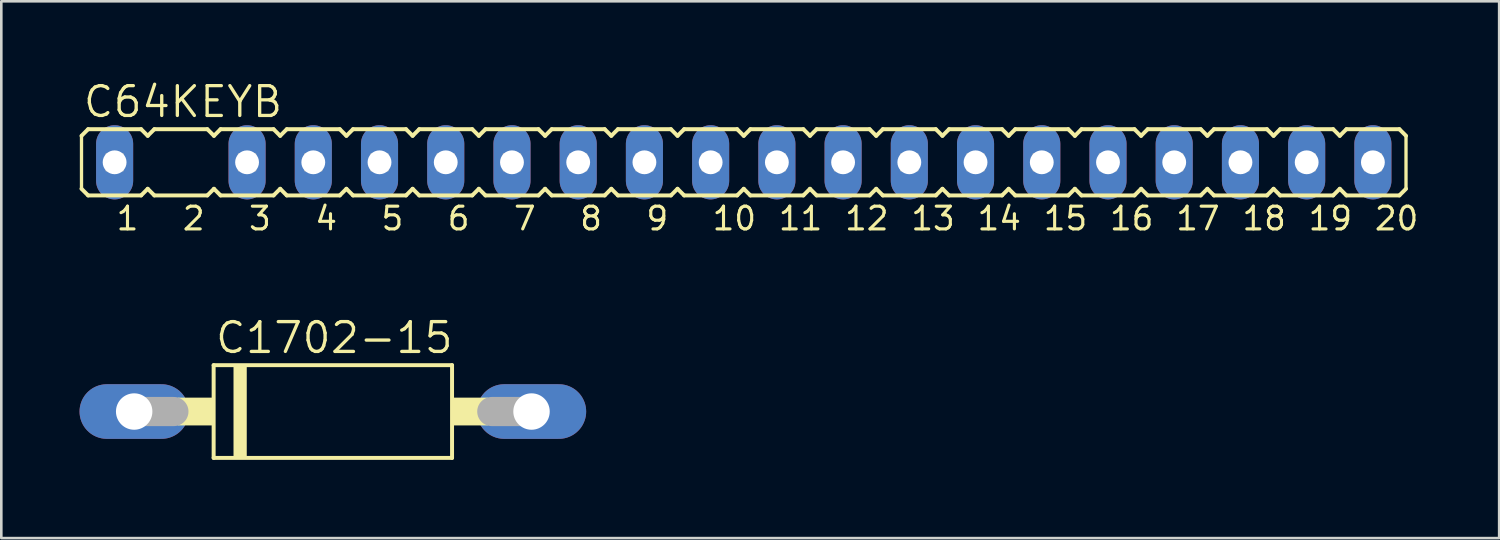
<source format=kicad_pcb>
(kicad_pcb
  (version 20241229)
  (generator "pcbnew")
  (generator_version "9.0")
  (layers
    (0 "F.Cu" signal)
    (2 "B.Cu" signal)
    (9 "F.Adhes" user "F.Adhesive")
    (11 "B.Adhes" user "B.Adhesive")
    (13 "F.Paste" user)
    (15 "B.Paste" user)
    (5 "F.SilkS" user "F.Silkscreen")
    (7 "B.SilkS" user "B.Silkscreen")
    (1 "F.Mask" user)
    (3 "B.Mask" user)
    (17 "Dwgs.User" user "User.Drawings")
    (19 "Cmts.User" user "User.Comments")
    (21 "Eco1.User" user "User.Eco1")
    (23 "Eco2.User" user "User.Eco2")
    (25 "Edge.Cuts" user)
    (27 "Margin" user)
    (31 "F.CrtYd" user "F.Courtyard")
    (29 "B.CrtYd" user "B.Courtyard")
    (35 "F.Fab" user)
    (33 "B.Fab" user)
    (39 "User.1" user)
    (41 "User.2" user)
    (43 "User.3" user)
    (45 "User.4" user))
  (footprint "C1702-15"
    (layer "F.Cu")
    (at 9.716 12.734)
    (property "Reference" "C1702-15" (at -4.572 -2.159 0) (layer "F.SilkS") (effects (font (size 1.143 1.143) (thickness 0.127)) (justify left bottom)))
    (fp_line (start -4.572 1.778) (end -4.572 -1.778) (stroke (width 0.152) (type solid)) (layer "F.SilkS"))
    (fp_line (start -4.572 1.778) (end 4.572 1.778) (stroke (width 0.152) (type solid)) (layer "F.SilkS"))
    (fp_line (start 4.572 -1.778) (end -4.572 -1.778) (stroke (width 0.152) (type solid)) (layer "F.SilkS"))
    (fp_line (start 4.572 -1.778) (end 4.572 1.778) (stroke (width 0.152) (type solid)) (layer "F.SilkS"))
    (fp_poly (pts (xy -5.944 0.533) (xy -4.572 0.533) (xy -4.572 -0.533) (xy -5.944 -0.533)) (stroke (width 0) (type default)) (fill yes) (layer "F.SilkS"))
    (fp_poly (pts (xy -3.81 1.778) (xy -3.302 1.778) (xy -3.302 -1.778) (xy -3.81 -1.778)) (stroke (width 0) (type default)) (fill yes) (layer "F.SilkS"))
    (fp_poly (pts (xy 4.572 0.533) (xy 5.944 0.533) (xy 5.944 -0.533) (xy 4.572 -0.533)) (stroke (width 0) (type default)) (fill yes) (layer "F.SilkS"))
    (fp_line (start -7.62 0) (end -6.096 0) (stroke (width 1.118) (type solid)) (layer "F.Fab"))
    (fp_line (start 7.62 0) (end 6.096 0) (stroke (width 1.118) (type solid)) (layer "F.Fab"))
    (pad "A" thru_hole oval (at 7.62 0) (size 4.191 2.095) (drill 1.397) (layers "*.Cu" "*.Mask"))
    (pad "C" thru_hole oval (at -7.62 0) (size 4.191 2.095) (drill 1.397) (layers "*.Cu" "*.Mask")))
  (footprint "C64KEYB"
    (layer "F.Cu")
    (at 1.346 3.175)
    (property "Reference" "C64KEYB" (at -1.27 -1.651 0) (layer "F.SilkS") (effects (font (size 1.143 1.143) (thickness 0.127)) (justify left bottom)))
    (fp_line (start -1.27 -1.016) (end -1.27 1.016) (stroke (width 0.127) (type solid)) (layer "F.SilkS"))
    (fp_line (start -1.27 -1.016) (end -1.016 -1.27) (stroke (width 0.152) (type solid)) (layer "F.SilkS"))
    (fp_line (start -1.27 1.016) (end -1.016 1.27) (stroke (width 0.152) (type solid)) (layer "F.SilkS"))
    (fp_line (start 1.016 -1.27) (end -1.016 -1.27) (stroke (width 0.152) (type solid)) (layer "F.SilkS"))
    (fp_line (start 1.016 -1.27) (end 1.27 -1.016) (stroke (width 0.152) (type solid)) (layer "F.SilkS"))
    (fp_line (start 1.016 1.27) (end -1.016 1.27) (stroke (width 0.152) (type solid)) (layer "F.SilkS"))
    (fp_line (start 1.016 1.27) (end 1.27 1.016) (stroke (width 0.152) (type solid)) (layer "F.SilkS"))
    (fp_line (start 1.27 -1.016) (end 1.524 -1.27) (stroke (width 0.152) (type solid)) (layer "F.SilkS"))
    (fp_line (start 1.27 1.016) (end 1.524 1.27) (stroke (width 0.152) (type solid)) (layer "F.SilkS"))
    (fp_line (start 3.556 -1.27) (end 1.524 -1.27) (stroke (width 0.152) (type solid)) (layer "F.SilkS"))
    (fp_line (start 3.556 -1.27) (end 3.81 -1.016) (stroke (width 0.152) (type solid)) (layer "F.SilkS"))
    (fp_line (start 3.556 1.27) (end 1.524 1.27) (stroke (width 0.152) (type solid)) (layer "F.SilkS"))
    (fp_line (start 3.556 1.27) (end 3.81 1.016) (stroke (width 0.152) (type solid)) (layer "F.SilkS"))
    (fp_line (start 3.81 -1.016) (end 4.064 -1.27) (stroke (width 0.152) (type solid)) (layer "F.SilkS"))
    (fp_line (start 3.81 1.016) (end 4.064 1.27) (stroke (width 0.152) (type solid)) (layer "F.SilkS"))
    (fp_line (start 6.096 -1.27) (end 4.064 -1.27) (stroke (width 0.152) (type solid)) (layer "F.SilkS"))
    (fp_line (start 6.096 -1.27) (end 6.35 -1.016) (stroke (width 0.152) (type solid)) (layer "F.SilkS"))
    (fp_line (start 6.096 1.27) (end 4.064 1.27) (stroke (width 0.152) (type solid)) (layer "F.SilkS"))
    (fp_line (start 6.096 1.27) (end 6.35 1.016) (stroke (width 0.152) (type solid)) (layer "F.SilkS"))
    (fp_line (start 6.35 -1.016) (end 6.604 -1.27) (stroke (width 0.152) (type solid)) (layer "F.SilkS"))
    (fp_line (start 6.35 1.016) (end 6.604 1.27) (stroke (width 0.152) (type solid)) (layer "F.SilkS"))
    (fp_line (start 8.636 -1.27) (end 6.604 -1.27) (stroke (width 0.152) (type solid)) (layer "F.SilkS"))
    (fp_line (start 8.636 -1.27) (end 8.89 -1.016) (stroke (width 0.152) (type solid)) (layer "F.SilkS"))
    (fp_line (start 8.636 1.27) (end 6.604 1.27) (stroke (width 0.152) (type solid)) (layer "F.SilkS"))
    (fp_line (start 8.636 1.27) (end 8.89 1.016) (stroke (width 0.152) (type solid)) (layer "F.SilkS"))
    (fp_line (start 8.89 -1.016) (end 9.144 -1.27) (stroke (width 0.152) (type solid)) (layer "F.SilkS"))
    (fp_line (start 8.89 1.016) (end 9.144 1.27) (stroke (width 0.152) (type solid)) (layer "F.SilkS"))
    (fp_line (start 11.176 -1.27) (end 9.144 -1.27) (stroke (width 0.152) (type solid)) (layer "F.SilkS"))
    (fp_line (start 11.176 -1.27) (end 11.43 -1.016) (stroke (width 0.152) (type solid)) (layer "F.SilkS"))
    (fp_line (start 11.176 1.27) (end 9.144 1.27) (stroke (width 0.152) (type solid)) (layer "F.SilkS"))
    (fp_line (start 11.176 1.27) (end 11.43 1.016) (stroke (width 0.152) (type solid)) (layer "F.SilkS"))
    (fp_line (start 11.43 -1.016) (end 11.684 -1.27) (stroke (width 0.152) (type solid)) (layer "F.SilkS"))
    (fp_line (start 11.43 1.016) (end 11.684 1.27) (stroke (width 0.152) (type solid)) (layer "F.SilkS"))
    (fp_line (start 13.716 -1.27) (end 11.684 -1.27) (stroke (width 0.152) (type solid)) (layer "F.SilkS"))
    (fp_line (start 13.716 -1.27) (end 13.97 -1.016) (stroke (width 0.152) (type solid)) (layer "F.SilkS"))
    (fp_line (start 13.716 1.27) (end 11.684 1.27) (stroke (width 0.152) (type solid)) (layer "F.SilkS"))
    (fp_line (start 13.716 1.27) (end 13.97 1.016) (stroke (width 0.152) (type solid)) (layer "F.SilkS"))
    (fp_line (start 13.97 -1.016) (end 14.224 -1.27) (stroke (width 0.152) (type solid)) (layer "F.SilkS"))
    (fp_line (start 13.97 1.016) (end 14.224 1.27) (stroke (width 0.152) (type solid)) (layer "F.SilkS"))
    (fp_line (start 16.256 -1.27) (end 14.224 -1.27) (stroke (width 0.152) (type solid)) (layer "F.SilkS"))
    (fp_line (start 16.256 -1.27) (end 16.51 -1.016) (stroke (width 0.152) (type solid)) (layer "F.SilkS"))
    (fp_line (start 16.256 1.27) (end 14.224 1.27) (stroke (width 0.152) (type solid)) (layer "F.SilkS"))
    (fp_line (start 16.256 1.27) (end 16.51 1.016) (stroke (width 0.152) (type solid)) (layer "F.SilkS"))
    (fp_line (start 16.51 -1.016) (end 16.764 -1.27) (stroke (width 0.152) (type solid)) (layer "F.SilkS"))
    (fp_line (start 16.51 1.016) (end 16.764 1.27) (stroke (width 0.152) (type solid)) (layer "F.SilkS"))
    (fp_line (start 18.796 -1.27) (end 16.764 -1.27) (stroke (width 0.152) (type solid)) (layer "F.SilkS"))
    (fp_line (start 18.796 -1.27) (end 19.05 -1.016) (stroke (width 0.152) (type solid)) (layer "F.SilkS"))
    (fp_line (start 18.796 1.27) (end 16.764 1.27) (stroke (width 0.152) (type solid)) (layer "F.SilkS"))
    (fp_line (start 18.796 1.27) (end 19.05 1.016) (stroke (width 0.152) (type solid)) (layer "F.SilkS"))
    (fp_line (start 19.05 -1.016) (end 19.304 -1.27) (stroke (width 0.152) (type solid)) (layer "F.SilkS"))
    (fp_line (start 19.05 1.016) (end 19.304 1.27) (stroke (width 0.152) (type solid)) (layer "F.SilkS"))
    (fp_line (start 21.336 -1.27) (end 19.304 -1.27) (stroke (width 0.152) (type solid)) (layer "F.SilkS"))
    (fp_line (start 21.336 -1.27) (end 21.59 -1.016) (stroke (width 0.152) (type solid)) (layer "F.SilkS"))
    (fp_line (start 21.336 1.27) (end 19.304 1.27) (stroke (width 0.152) (type solid)) (layer "F.SilkS"))
    (fp_line (start 21.336 1.27) (end 21.59 1.016) (stroke (width 0.152) (type solid)) (layer "F.SilkS"))
    (fp_line (start 21.59 -1.016) (end 21.844 -1.27) (stroke (width 0.152) (type solid)) (layer "F.SilkS"))
    (fp_line (start 21.59 1.016) (end 21.844 1.27) (stroke (width 0.152) (type solid)) (layer "F.SilkS"))
    (fp_line (start 23.876 -1.27) (end 21.844 -1.27) (stroke (width 0.152) (type solid)) (layer "F.SilkS"))
    (fp_line (start 23.876 -1.27) (end 24.13 -1.016) (stroke (width 0.152) (type solid)) (layer "F.SilkS"))
    (fp_line (start 23.876 1.27) (end 21.844 1.27) (stroke (width 0.152) (type solid)) (layer "F.SilkS"))
    (fp_line (start 23.876 1.27) (end 24.13 1.016) (stroke (width 0.152) (type solid)) (layer "F.SilkS"))
    (fp_line (start 24.13 -1.016) (end 24.384 -1.27) (stroke (width 0.152) (type solid)) (layer "F.SilkS"))
    (fp_line (start 24.13 1.016) (end 24.384 1.27) (stroke (width 0.152) (type solid)) (layer "F.SilkS"))
    (fp_line (start 26.416 -1.27) (end 24.384 -1.27) (stroke (width 0.152) (type solid)) (layer "F.SilkS"))
    (fp_line (start 26.416 -1.27) (end 26.67 -1.016) (stroke (width 0.152) (type solid)) (layer "F.SilkS"))
    (fp_line (start 26.416 1.27) (end 24.384 1.27) (stroke (width 0.152) (type solid)) (layer "F.SilkS"))
    (fp_line (start 26.416 1.27) (end 26.67 1.016) (stroke (width 0.152) (type solid)) (layer "F.SilkS"))
    (fp_line (start 26.67 -1.016) (end 26.924 -1.27) (stroke (width 0.152) (type solid)) (layer "F.SilkS"))
    (fp_line (start 26.67 1.016) (end 26.924 1.27) (stroke (width 0.152) (type solid)) (layer "F.SilkS"))
    (fp_line (start 28.956 -1.27) (end 26.924 -1.27) (stroke (width 0.152) (type solid)) (layer "F.SilkS"))
    (fp_line (start 28.956 -1.27) (end 29.21 -1.016) (stroke (width 0.152) (type solid)) (layer "F.SilkS"))
    (fp_line (start 28.956 1.27) (end 26.924 1.27) (stroke (width 0.152) (type solid)) (layer "F.SilkS"))
    (fp_line (start 28.956 1.27) (end 29.21 1.016) (stroke (width 0.152) (type solid)) (layer "F.SilkS"))
    (fp_line (start 29.21 -1.016) (end 29.464 -1.27) (stroke (width 0.152) (type solid)) (layer "F.SilkS"))
    (fp_line (start 29.21 1.016) (end 29.464 1.27) (stroke (width 0.152) (type solid)) (layer "F.SilkS"))
    (fp_line (start 31.496 -1.27) (end 29.464 -1.27) (stroke (width 0.152) (type solid)) (layer "F.SilkS"))
    (fp_line (start 31.496 -1.27) (end 31.75 -1.016) (stroke (width 0.152) (type solid)) (layer "F.SilkS"))
    (fp_line (start 31.496 1.27) (end 29.464 1.27) (stroke (width 0.152) (type solid)) (layer "F.SilkS"))
    (fp_line (start 31.496 1.27) (end 31.75 1.016) (stroke (width 0.152) (type solid)) (layer "F.SilkS"))
    (fp_line (start 31.75 -1.016) (end 32.004 -1.27) (stroke (width 0.152) (type solid)) (layer "F.SilkS"))
    (fp_line (start 31.75 1.016) (end 32.004 1.27) (stroke (width 0.152) (type solid)) (layer "F.SilkS"))
    (fp_line (start 34.036 -1.27) (end 32.004 -1.27) (stroke (width 0.152) (type solid)) (layer "F.SilkS"))
    (fp_line (start 34.036 -1.27) (end 34.29 -1.016) (stroke (width 0.152) (type solid)) (layer "F.SilkS"))
    (fp_line (start 34.036 1.27) (end 32.004 1.27) (stroke (width 0.152) (type solid)) (layer "F.SilkS"))
    (fp_line (start 34.036 1.27) (end 34.29 1.016) (stroke (width 0.152) (type solid)) (layer "F.SilkS"))
    (fp_line (start 34.29 -1.016) (end 34.544 -1.27) (stroke (width 0.152) (type solid)) (layer "F.SilkS"))
    (fp_line (start 34.29 1.016) (end 34.544 1.27) (stroke (width 0.152) (type solid)) (layer "F.SilkS"))
    (fp_line (start 36.576 -1.27) (end 34.544 -1.27) (stroke (width 0.152) (type solid)) (layer "F.SilkS"))
    (fp_line (start 36.576 -1.27) (end 36.83 -1.016) (stroke (width 0.152) (type solid)) (layer "F.SilkS"))
    (fp_line (start 36.576 1.27) (end 34.544 1.27) (stroke (width 0.152) (type solid)) (layer "F.SilkS"))
    (fp_line (start 36.576 1.27) (end 36.83 1.016) (stroke (width 0.152) (type solid)) (layer "F.SilkS"))
    (fp_line (start 36.83 -1.016) (end 37.084 -1.27) (stroke (width 0.152) (type solid)) (layer "F.SilkS"))
    (fp_line (start 36.83 1.016) (end 37.084 1.27) (stroke (width 0.152) (type solid)) (layer "F.SilkS"))
    (fp_line (start 39.116 -1.27) (end 37.084 -1.27) (stroke (width 0.152) (type solid)) (layer "F.SilkS"))
    (fp_line (start 39.116 -1.27) (end 39.37 -1.016) (stroke (width 0.152) (type solid)) (layer "F.SilkS"))
    (fp_line (start 39.116 1.27) (end 37.084 1.27) (stroke (width 0.152) (type solid)) (layer "F.SilkS"))
    (fp_line (start 39.116 1.27) (end 39.37 1.016) (stroke (width 0.152) (type solid)) (layer "F.SilkS"))
    (fp_line (start 39.37 -1.016) (end 39.624 -1.27) (stroke (width 0.152) (type solid)) (layer "F.SilkS"))
    (fp_line (start 39.37 1.016) (end 39.624 1.27) (stroke (width 0.152) (type solid)) (layer "F.SilkS"))
    (fp_line (start 41.656 -1.27) (end 39.624 -1.27) (stroke (width 0.152) (type solid)) (layer "F.SilkS"))
    (fp_line (start 41.656 -1.27) (end 41.91 -1.016) (stroke (width 0.152) (type solid)) (layer "F.SilkS"))
    (fp_line (start 41.656 1.27) (end 39.624 1.27) (stroke (width 0.152) (type solid)) (layer "F.SilkS"))
    (fp_line (start 41.656 1.27) (end 41.91 1.016) (stroke (width 0.152) (type solid)) (layer "F.SilkS"))
    (fp_line (start 41.91 -1.016) (end 42.164 -1.27) (stroke (width 0.152) (type solid)) (layer "F.SilkS"))
    (fp_line (start 41.91 1.016) (end 42.164 1.27) (stroke (width 0.152) (type solid)) (layer "F.SilkS"))
    (fp_line (start 44.196 -1.27) (end 42.164 -1.27) (stroke (width 0.152) (type solid)) (layer "F.SilkS"))
    (fp_line (start 44.196 -1.27) (end 44.45 -1.016) (stroke (width 0.152) (type solid)) (layer "F.SilkS"))
    (fp_line (start 44.196 1.27) (end 42.164 1.27) (stroke (width 0.152) (type solid)) (layer "F.SilkS"))
    (fp_line (start 44.196 1.27) (end 44.45 1.016) (stroke (width 0.152) (type solid)) (layer "F.SilkS"))
    (fp_line (start 44.45 -1.016) (end 44.704 -1.27) (stroke (width 0.152) (type solid)) (layer "F.SilkS"))
    (fp_line (start 44.45 1.016) (end 44.704 1.27) (stroke (width 0.152) (type solid)) (layer "F.SilkS"))
    (fp_line (start 46.736 -1.27) (end 44.704 -1.27) (stroke (width 0.152) (type solid)) (layer "F.SilkS"))
    (fp_line (start 46.736 -1.27) (end 46.99 -1.016) (stroke (width 0.152) (type solid)) (layer "F.SilkS"))
    (fp_line (start 46.736 1.27) (end 44.704 1.27) (stroke (width 0.152) (type solid)) (layer "F.SilkS"))
    (fp_line (start 46.736 1.27) (end 46.99 1.016) (stroke (width 0.152) (type solid)) (layer "F.SilkS"))
    (fp_line (start 46.99 -1.016) (end 47.244 -1.27) (stroke (width 0.152) (type solid)) (layer "F.SilkS"))
    (fp_line (start 46.99 1.016) (end 47.244 1.27) (stroke (width 0.152) (type solid)) (layer "F.SilkS"))
    (fp_line (start 49.276 -1.27) (end 47.244 -1.27) (stroke (width 0.152) (type solid)) (layer "F.SilkS"))
    (fp_line (start 49.276 -1.27) (end 49.53 -1.016) (stroke (width 0.152) (type solid)) (layer "F.SilkS"))
    (fp_line (start 49.276 1.27) (end 47.244 1.27) (stroke (width 0.152) (type solid)) (layer "F.SilkS"))
    (fp_line (start 49.276 1.27) (end 49.53 1.016) (stroke (width 0.152) (type solid)) (layer "F.SilkS"))
    (fp_line (start 49.53 -1.016) (end 49.53 1.016) (stroke (width 0.127) (type solid)) (layer "F.SilkS"))
    (fp_poly (pts (xy -0.305 0.305) (xy 0.305 0.305) (xy 0.305 -0.305) (xy -0.305 -0.305)) (stroke (width 0.1) (type default)) (fill no) (layer "F.Fab"))
    (fp_poly (pts (xy 4.775 0.305) (xy 5.385 0.305) (xy 5.385 -0.305) (xy 4.775 -0.305)) (stroke (width 0.1) (type default)) (fill no) (layer "F.Fab"))
    (fp_poly (pts (xy 7.315 0.305) (xy 7.925 0.305) (xy 7.925 -0.305) (xy 7.315 -0.305)) (stroke (width 0.1) (type default)) (fill no) (layer "F.Fab"))
    (fp_poly (pts (xy 9.855 0.305) (xy 10.465 0.305) (xy 10.465 -0.305) (xy 9.855 -0.305)) (stroke (width 0.1) (type default)) (fill no) (layer "F.Fab"))
    (fp_poly (pts (xy 12.395 0.305) (xy 13.005 0.305) (xy 13.005 -0.305) (xy 12.395 -0.305)) (stroke (width 0.1) (type default)) (fill no) (layer "F.Fab"))
    (fp_poly (pts (xy 14.935 0.305) (xy 15.545 0.305) (xy 15.545 -0.305) (xy 14.935 -0.305)) (stroke (width 0.1) (type default)) (fill no) (layer "F.Fab"))
    (fp_poly (pts (xy 17.475 0.305) (xy 18.085 0.305) (xy 18.085 -0.305) (xy 17.475 -0.305)) (stroke (width 0.1) (type default)) (fill no) (layer "F.Fab"))
    (fp_poly (pts (xy 20.015 0.305) (xy 20.625 0.305) (xy 20.625 -0.305) (xy 20.015 -0.305)) (stroke (width 0.1) (type default)) (fill no) (layer "F.Fab"))
    (fp_poly (pts (xy 22.555 0.305) (xy 23.165 0.305) (xy 23.165 -0.305) (xy 22.555 -0.305)) (stroke (width 0.1) (type default)) (fill no) (layer "F.Fab"))
    (fp_poly (pts (xy 25.095 0.305) (xy 25.705 0.305) (xy 25.705 -0.305) (xy 25.095 -0.305)) (stroke (width 0.1) (type default)) (fill no) (layer "F.Fab"))
    (fp_poly (pts (xy 27.635 0.305) (xy 28.245 0.305) (xy 28.245 -0.305) (xy 27.635 -0.305)) (stroke (width 0.1) (type default)) (fill no) (layer "F.Fab"))
    (fp_poly (pts (xy 30.175 0.305) (xy 30.785 0.305) (xy 30.785 -0.305) (xy 30.175 -0.305)) (stroke (width 0.1) (type default)) (fill no) (layer "F.Fab"))
    (fp_poly (pts (xy 32.715 0.305) (xy 33.325 0.305) (xy 33.325 -0.305) (xy 32.715 -0.305)) (stroke (width 0.1) (type default)) (fill no) (layer "F.Fab"))
    (fp_poly (pts (xy 35.255 0.305) (xy 35.865 0.305) (xy 35.865 -0.305) (xy 35.255 -0.305)) (stroke (width 0.1) (type default)) (fill no) (layer "F.Fab"))
    (fp_poly (pts (xy 37.795 0.305) (xy 38.405 0.305) (xy 38.405 -0.305) (xy 37.795 -0.305)) (stroke (width 0.1) (type default)) (fill no) (layer "F.Fab"))
    (fp_poly (pts (xy 40.335 0.305) (xy 40.945 0.305) (xy 40.945 -0.305) (xy 40.335 -0.305)) (stroke (width 0.1) (type default)) (fill no) (layer "F.Fab"))
    (fp_poly (pts (xy 42.875 0.305) (xy 43.485 0.305) (xy 43.485 -0.305) (xy 42.875 -0.305)) (stroke (width 0.1) (type default)) (fill no) (layer "F.Fab"))
    (fp_poly (pts (xy 45.415 0.305) (xy 46.025 0.305) (xy 46.025 -0.305) (xy 45.415 -0.305)) (stroke (width 0.1) (type default)) (fill no) (layer "F.Fab"))
    (fp_poly (pts (xy 47.955 0.305) (xy 48.565 0.305) (xy 48.565 -0.305) (xy 47.955 -0.305)) (stroke (width 0.1) (type default)) (fill no) (layer "F.Fab"))
    (fp_text user "5" (at 10.16 2.667 0) (layer "F.SilkS") (effects (font (size 0.872 0.872) (thickness 0.119)) (justify left bottom)))
    (fp_text user "15" (at 35.56 2.667 0) (layer "F.SilkS") (effects (font (size 0.872 0.872) (thickness 0.119)) (justify left bottom)))
    (fp_text user "8" (at 17.78 2.667 0) (layer "F.SilkS") (effects (font (size 0.872 0.872) (thickness 0.119)) (justify left bottom)))
    (fp_text user "11" (at 25.4 2.667 0) (layer "F.SilkS") (effects (font (size 0.872 0.872) (thickness 0.119)) (justify left bottom)))
    (fp_text user "6" (at 12.7 2.667 0) (layer "F.SilkS") (effects (font (size 0.872 0.872) (thickness 0.119)) (justify left bottom)))
    (fp_text user "13" (at 30.48 2.667 0) (layer "F.SilkS") (effects (font (size 0.872 0.872) (thickness 0.119)) (justify left bottom)))
    (fp_text user "4" (at 7.62 2.667 0) (layer "F.SilkS") (effects (font (size 0.872 0.872) (thickness 0.119)) (justify left bottom)))
    (fp_text user "3" (at 5.08 2.667 0) (layer "F.SilkS") (effects (font (size 0.872 0.872) (thickness 0.119)) (justify left bottom)))
    (fp_text user "1" (at 0 2.667 0) (layer "F.SilkS") (effects (font (size 0.872 0.872) (thickness 0.119)) (justify left bottom)))
    (fp_text user "7" (at 15.24 2.667 0) (layer "F.SilkS") (effects (font (size 0.872 0.872) (thickness 0.119)) (justify left bottom)))
    (fp_text user "10" (at 22.86 2.667 0) (layer "F.SilkS") (effects (font (size 0.872 0.872) (thickness 0.119)) (justify left bottom)))
    (fp_text user "19" (at 45.72 2.667 0) (layer "F.SilkS") (effects (font (size 0.872 0.872) (thickness 0.119)) (justify left bottom)))
    (fp_text user "9" (at 20.32 2.667 0) (layer "F.SilkS") (effects (font (size 0.872 0.872) (thickness 0.119)) (justify left bottom)))
    (fp_text user "20" (at 48.26 2.667 0) (layer "F.SilkS") (effects (font (size 0.872 0.872) (thickness 0.119)) (justify left bottom)))
    (fp_text user "17" (at 40.64 2.667 0) (layer "F.SilkS") (effects (font (size 0.872 0.872) (thickness 0.119)) (justify left bottom)))
    (fp_text user "16" (at 38.1 2.667 0) (layer "F.SilkS") (effects (font (size 0.872 0.872) (thickness 0.119)) (justify left bottom)))
    (fp_text user "14" (at 33.02 2.667 0) (layer "F.SilkS") (effects (font (size 0.872 0.872) (thickness 0.119)) (justify left bottom)))
    (fp_text user "2" (at 2.54 2.667 0) (layer "F.SilkS") (effects (font (size 0.872 0.872) (thickness 0.119)) (justify left bottom)))
    (fp_text user "12" (at 27.94 2.667 0) (layer "F.SilkS") (effects (font (size 0.872 0.872) (thickness 0.119)) (justify left bottom)))
    (fp_text user "18" (at 43.18 2.667 0) (layer "F.SilkS") (effects (font (size 0.872 0.872) (thickness 0.119)) (justify left bottom)))
    (pad "1" thru_hole oval (at 0 0 90) (size 2.845 1.422) (drill 0.914) (layers "*.Cu" "*.Mask"))
    (pad "3" thru_hole oval (at 5.08 0 90) (size 2.845 1.422) (drill 0.914) (layers "*.Cu" "*.Mask"))
    (pad "4" thru_hole oval (at 7.62 0 90) (size 2.845 1.422) (drill 0.914) (layers "*.Cu" "*.Mask"))
    (pad "5" thru_hole oval (at 10.16 0 90) (size 2.845 1.422) (drill 0.914) (layers "*.Cu" "*.Mask"))
    (pad "6" thru_hole oval (at 12.7 0 90) (size 2.845 1.422) (drill 0.914) (layers "*.Cu" "*.Mask"))
    (pad "7" thru_hole oval (at 15.24 0 90) (size 2.845 1.422) (drill 0.914) (layers "*.Cu" "*.Mask"))
    (pad "8" thru_hole oval (at 17.78 0 90) (size 2.845 1.422) (drill 0.914) (layers "*.Cu" "*.Mask"))
    (pad "9" thru_hole oval (at 20.32 0 90) (size 2.845 1.422) (drill 0.914) (layers "*.Cu" "*.Mask"))
    (pad "10" thru_hole oval (at 22.86 0 90) (size 2.845 1.422) (drill 0.914) (layers "*.Cu" "*.Mask"))
    (pad "11" thru_hole oval (at 25.4 0 90) (size 2.845 1.422) (drill 0.914) (layers "*.Cu" "*.Mask"))
    (pad "12" thru_hole oval (at 27.94 0 90) (size 2.845 1.422) (drill 0.914) (layers "*.Cu" "*.Mask"))
    (pad "13" thru_hole oval (at 30.48 0 90) (size 2.845 1.422) (drill 0.914) (layers "*.Cu" "*.Mask"))
    (pad "14" thru_hole oval (at 33.02 0 90) (size 2.845 1.422) (drill 0.914) (layers "*.Cu" "*.Mask"))
    (pad "15" thru_hole oval (at 35.56 0 90) (size 2.845 1.422) (drill 0.914) (layers "*.Cu" "*.Mask"))
    (pad "16" thru_hole oval (at 38.1 0 90) (size 2.845 1.422) (drill 0.914) (layers "*.Cu" "*.Mask"))
    (pad "17" thru_hole oval (at 40.64 0 90) (size 2.845 1.422) (drill 0.914) (layers "*.Cu" "*.Mask"))
    (pad "18" thru_hole oval (at 43.18 0 90) (size 2.845 1.422) (drill 0.914) (layers "*.Cu" "*.Mask"))
    (pad "19" thru_hole oval (at 45.72 0 90) (size 2.845 1.422) (drill 0.914) (layers "*.Cu" "*.Mask"))
    (pad "20" thru_hole oval (at 48.26 0 90) (size 2.845 1.422) (drill 0.914) (layers "*.Cu" "*.Mask")))
  (gr_rect
    (start -3 -3)
    (end 54.449 17.588)
    (stroke (width 0.1) (type default))
    (fill no)
    (layer "Edge.Cuts")))
</source>
